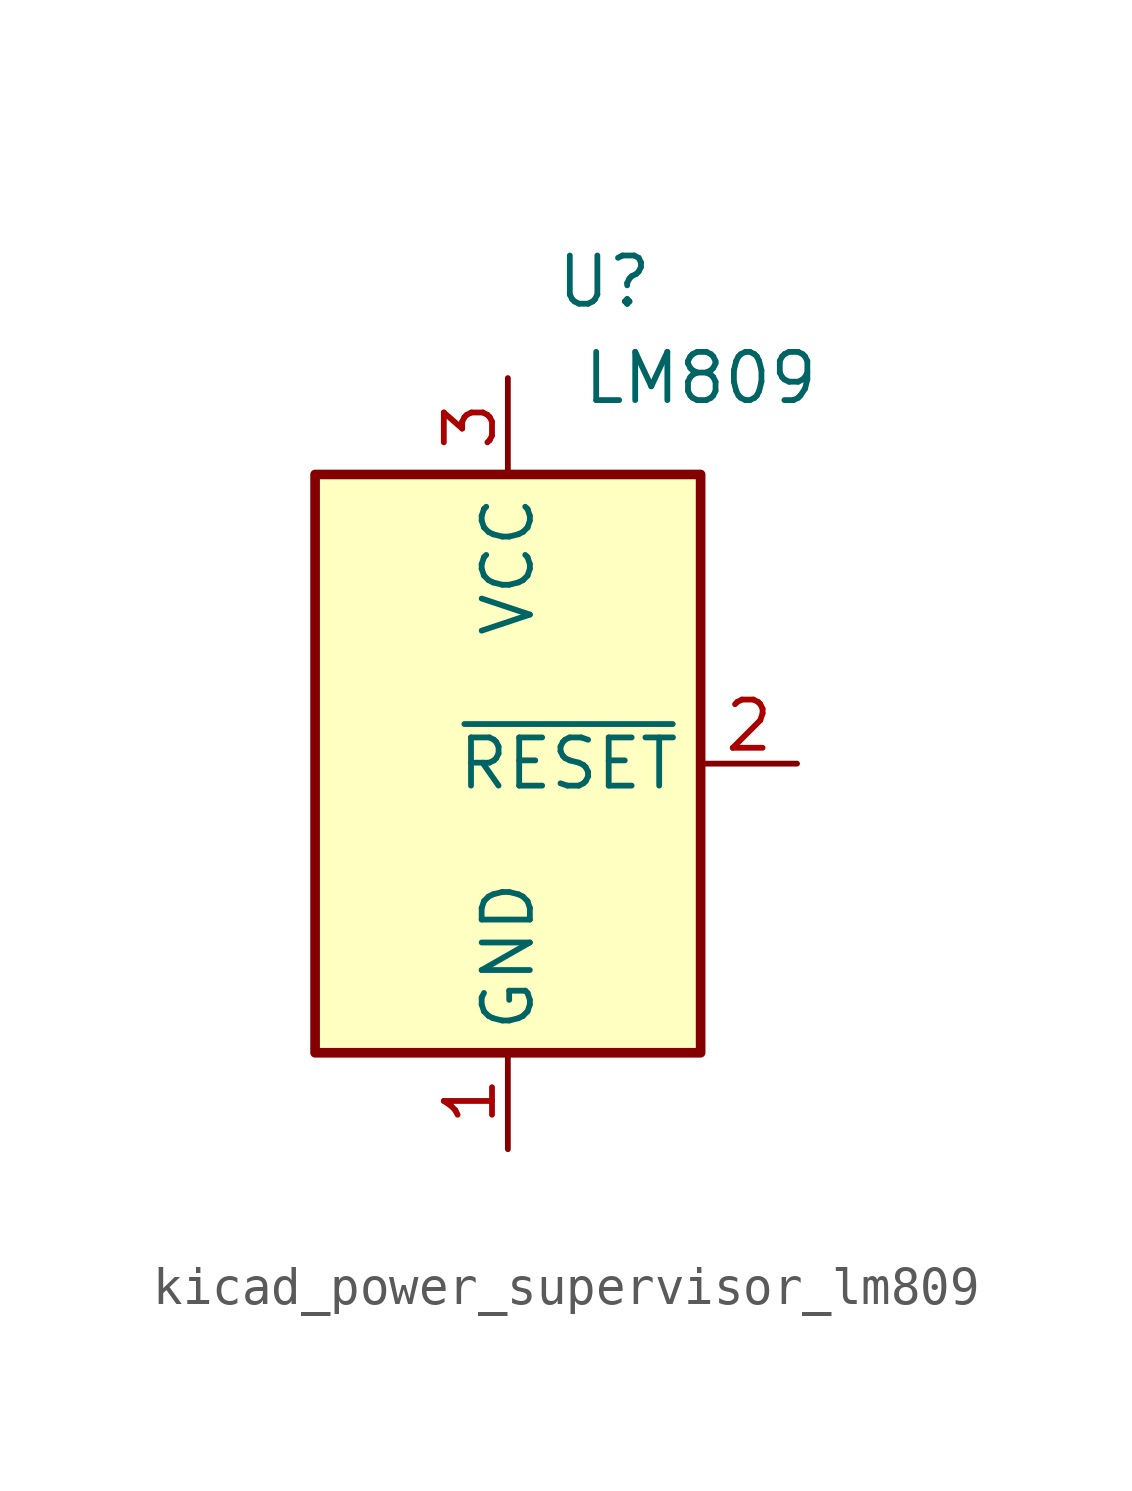
<source format=kicad_sym>
(kicad_symbol_lib
  (version 20220914)
  (generator kicad_symbol_editor)
  (symbol "kicad_power_supervisor_lm809"
    (property "Reference" "U"
      (at 2.54 12.7 0)
      (effects (font (size 1.27 1.27))))
    (property "Value" "LM809"
      (at 5.08 10.16 0)
      (effects (font (size 1.27 1.27))))
    (symbol "kicad_power_supervisor_lm809_0_1"
      (rectangle (start 5.08 7.62) (end -5.08 -7.62) (stroke (width 0.254) (type default)) (fill (type background))))
    (symbol "kicad_power_supervisor_lm809_1_1"
      (pin power_in line (at 0 -10.16 90) (length 2.54) (name "GND" (effects (font (size 1.27 1.27)))) (number "1" (effects (font (size 1.27 1.27)))))
      (pin output line (at 7.62 0 180) (length 2.54) (name "~{RESET}" (effects (font (size 1.27 1.27)))) (number "2" (effects (font (size 1.27 1.27)))))
      (pin power_in line (at 0 10.16 270) (length 2.54) (name "VCC" (effects (font (size 1.27 1.27)))) (number "3" (effects (font (size 1.27 1.27))))))))
</source>
